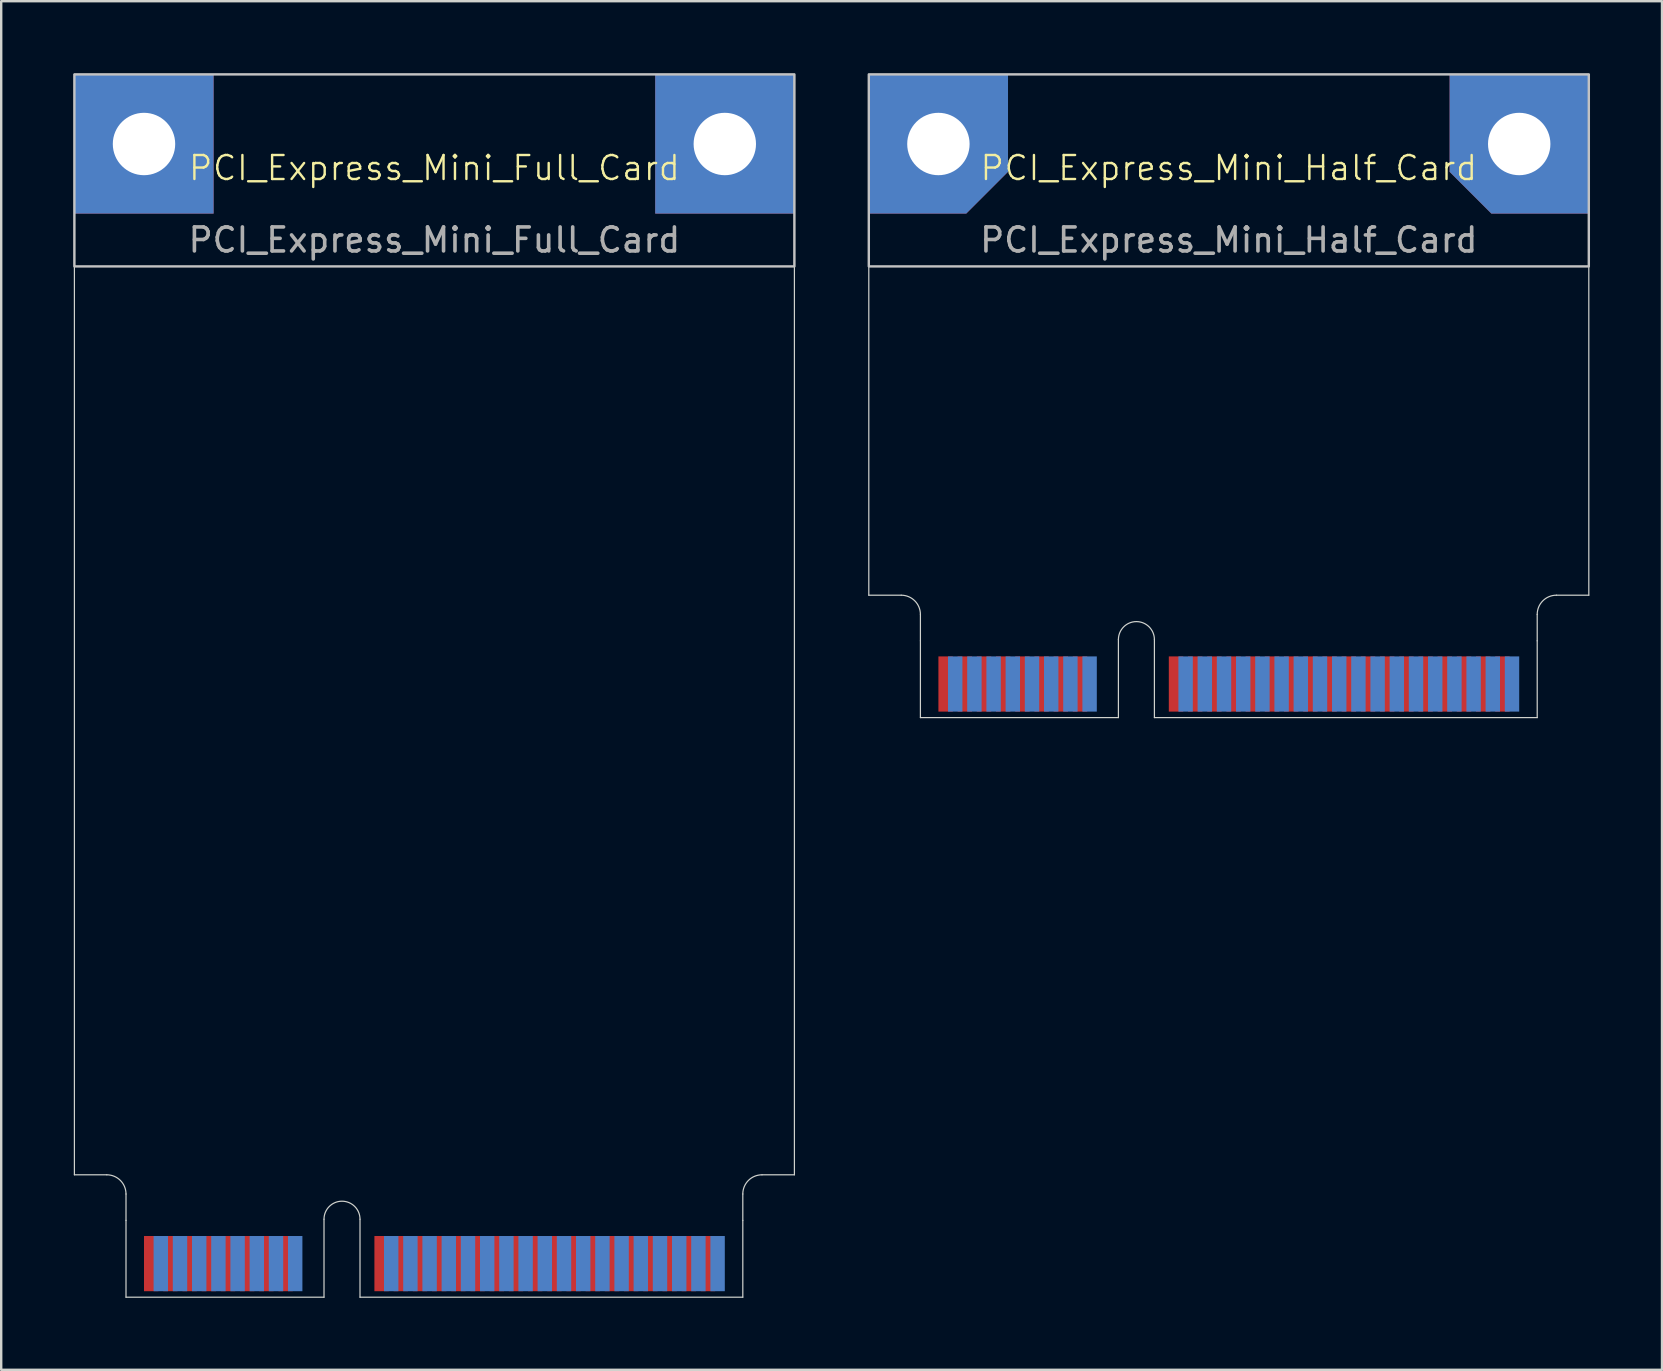
<source format=kicad_pcb>
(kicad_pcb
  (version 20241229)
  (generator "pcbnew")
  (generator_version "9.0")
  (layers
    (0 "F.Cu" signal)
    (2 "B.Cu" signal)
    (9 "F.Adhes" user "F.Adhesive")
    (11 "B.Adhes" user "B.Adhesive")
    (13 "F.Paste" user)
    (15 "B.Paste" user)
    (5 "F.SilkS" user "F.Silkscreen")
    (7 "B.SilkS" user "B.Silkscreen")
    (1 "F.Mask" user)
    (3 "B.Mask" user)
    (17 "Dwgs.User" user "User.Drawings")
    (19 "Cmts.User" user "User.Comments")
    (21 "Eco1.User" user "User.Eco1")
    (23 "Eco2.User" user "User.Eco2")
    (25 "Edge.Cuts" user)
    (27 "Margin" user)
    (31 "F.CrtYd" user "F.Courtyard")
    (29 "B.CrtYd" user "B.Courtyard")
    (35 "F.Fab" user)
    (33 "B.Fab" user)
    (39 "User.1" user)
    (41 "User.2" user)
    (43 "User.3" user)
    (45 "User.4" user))
  (footprint "PCI_Express_Mini_Full_Card"
    (layer "F.Cu")
    (at 15.05 4.45)
    (property "Reference" "PCI_Express_Mini_Full_Card" (at 0 -0.5 0) (unlocked yes) (layer "F.SilkS") (effects (font (size 1 1) (thickness 0.1))))
    (attr smd)
    (fp_rect (start -15 -4.4) (end 15 3.6) (stroke (width 0.1) (type default)) (fill no) (layer "Dwgs.User"))
    (fp_line (start -15 -4.4) (end -15 41.45) (stroke (width 0.05) (type default)) (layer "Edge.Cuts"))
    (fp_line (start -15 -4.4) (end 15 -4.4) (stroke (width 0.05) (type default)) (layer "Edge.Cuts"))
    (fp_line (start -15 41.45) (end -13.65 41.45) (stroke (width 0.05) (type default)) (layer "Edge.Cuts"))
    (fp_line (start -12.85 42.25) (end -12.85 43.35) (stroke (width 0.05) (type default)) (layer "Edge.Cuts"))
    (fp_line (start -12.85 46.55) (end -12.85 43.35) (stroke (width 0.05) (type default)) (layer "Edge.Cuts"))
    (fp_line (start -12.85 46.55) (end -4.6 46.55) (stroke (width 0.05) (type default)) (layer "Edge.Cuts"))
    (fp_line (start -4.6 46.55) (end -4.6 43.3) (stroke (width 0.05) (type default)) (layer "Edge.Cuts"))
    (fp_line (start -3.1 46.55) (end -3.1 43.3) (stroke (width 0.05) (type default)) (layer "Edge.Cuts"))
    (fp_line (start -3.1 46.55) (end 12.85 46.55) (stroke (width 0.05) (type default)) (layer "Edge.Cuts"))
    (fp_line (start 12.85 42.25) (end 12.85 43.35) (stroke (width 0.05) (type default)) (layer "Edge.Cuts"))
    (fp_line (start 12.85 46.55) (end 12.85 43.35) (stroke (width 0.05) (type default)) (layer "Edge.Cuts"))
    (fp_line (start 15 41.45) (end 13.65 41.45) (stroke (width 0.05) (type default)) (layer "Edge.Cuts"))
    (fp_line (start 15 41.45) (end 15 -4.4) (stroke (width 0.05) (type default)) (layer "Edge.Cuts"))
    (fp_arc (start -13.65 41.45) (mid -13.084315 41.684315) (end -12.85 42.25) (stroke (width 0.05) (type default)) (layer "Edge.Cuts"))
    (fp_arc (start -4.6 43.3) (mid -3.85 42.55) (end -3.1 43.3) (stroke (width 0.05) (type default)) (layer "Edge.Cuts"))
    (fp_arc (start 12.85 42.25) (mid 13.084315 41.684315) (end 13.65 41.45) (stroke (width 0.05) (type default)) (layer "Edge.Cuts"))
    (fp_text user "${REFERENCE}" (at 0 2.5 0) (unlocked yes) (layer "F.Fab") (effects (font (size 1 1) (thickness 0.15))))
    (pad "1" connect rect (at -11.8 45.15) (size 0.6 2.3) (layers "F.Cu" "F.Mask"))
    (pad "2" connect rect (at -11.4 45.15) (size 0.6 2.3) (layers "B.Cu" "B.Mask"))
    (pad "3" connect rect (at -11 45.15) (size 0.6 2.3) (layers "F.Cu" "F.Mask"))
    (pad "4" connect rect (at -10.6 45.15) (size 0.6 2.3) (layers "B.Cu" "B.Mask"))
    (pad "5" connect rect (at -10.2 45.15) (size 0.6 2.3) (layers "F.Cu" "F.Mask"))
    (pad "6" connect rect (at -9.8 45.15) (size 0.6 2.3) (layers "B.Cu" "B.Mask"))
    (pad "7" connect rect (at -9.4 45.15) (size 0.6 2.3) (layers "F.Cu" "F.Mask"))
    (pad "8" connect rect (at -9 45.15) (size 0.6 2.3) (layers "B.Cu" "B.Mask"))
    (pad "9" connect rect (at -8.6 45.15) (size 0.6 2.3) (layers "F.Cu" "F.Mask"))
    (pad "10" connect rect (at -8.2 45.15) (size 0.6 2.3) (layers "B.Cu" "B.Mask"))
    (pad "11" connect rect (at -7.8 45.15) (size 0.6 2.3) (layers "F.Cu" "F.Mask"))
    (pad "12" connect rect (at -7.4 45.15) (size 0.6 2.3) (layers "B.Cu" "B.Mask"))
    (pad "13" connect rect (at -7 45.15) (size 0.6 2.3) (layers "F.Cu" "F.Mask"))
    (pad "14" connect rect (at -6.6 45.15) (size 0.6 2.3) (layers "B.Cu" "B.Mask"))
    (pad "15" connect rect (at -6.2 45.15) (size 0.6 2.3) (layers "F.Cu" "F.Mask"))
    (pad "16" connect rect (at -5.8 45.15) (size 0.6 2.3) (layers "B.Cu" "B.Mask"))
    (pad "17" connect rect (at -2.2 45.15) (size 0.6 2.3) (layers "F.Cu" "F.Mask"))
    (pad "18" connect rect (at -1.8 45.15) (size 0.6 2.3) (layers "B.Cu" "B.Mask"))
    (pad "19" connect rect (at -1.4 45.15) (size 0.6 2.3) (layers "F.Cu" "F.Mask"))
    (pad "20" connect rect (at -1 45.15) (size 0.6 2.3) (layers "B.Cu" "B.Mask"))
    (pad "21" connect rect (at -0.6 45.15) (size 0.6 2.3) (layers "F.Cu" "F.Mask"))
    (pad "22" connect rect (at -0.2 45.15) (size 0.6 2.3) (layers "B.Cu" "B.Mask"))
    (pad "23" connect rect (at 0.2 45.15) (size 0.6 2.3) (layers "F.Cu" "F.Mask"))
    (pad "24" connect rect (at 0.6 45.15) (size 0.6 2.3) (layers "B.Cu" "B.Mask"))
    (pad "25" connect rect (at 1 45.15) (size 0.6 2.3) (layers "F.Cu" "F.Mask"))
    (pad "26" connect rect (at 1.4 45.15) (size 0.6 2.3) (layers "B.Cu" "B.Mask"))
    (pad "27" connect rect (at 1.8 45.15) (size 0.6 2.3) (layers "F.Cu" "F.Mask"))
    (pad "28" connect rect (at 2.2 45.15) (size 0.6 2.3) (layers "B.Cu" "B.Mask"))
    (pad "29" connect rect (at 2.6 45.15) (size 0.6 2.3) (layers "F.Cu" "F.Mask"))
    (pad "30" connect rect (at 3 45.15) (size 0.6 2.3) (layers "B.Cu" "B.Mask"))
    (pad "31" connect rect (at 3.4 45.15) (size 0.6 2.3) (layers "F.Cu" "F.Mask"))
    (pad "32" connect rect (at 3.8 45.15) (size 0.6 2.3) (layers "B.Cu" "B.Mask"))
    (pad "33" connect rect (at 4.2 45.15) (size 0.6 2.3) (layers "F.Cu" "F.Mask"))
    (pad "34" connect rect (at 4.6 45.15) (size 0.6 2.3) (layers "B.Cu" "B.Mask"))
    (pad "35" connect rect (at 5 45.15) (size 0.6 2.3) (layers "F.Cu" "F.Mask"))
    (pad "36" connect rect (at 5.4 45.15) (size 0.6 2.3) (layers "B.Cu" "B.Mask"))
    (pad "37" connect rect (at 5.8 45.15) (size 0.6 2.3) (layers "F.Cu" "F.Mask"))
    (pad "38" connect rect (at 6.2 45.15) (size 0.6 2.3) (layers "B.Cu" "B.Mask"))
    (pad "39" connect rect (at 6.6 45.15) (size 0.6 2.3) (layers "F.Cu" "F.Mask"))
    (pad "40" connect rect (at 7 45.15) (size 0.6 2.3) (layers "B.Cu" "B.Mask"))
    (pad "41" connect rect (at 7.4 45.15) (size 0.6 2.3) (layers "F.Cu" "F.Mask"))
    (pad "42" connect rect (at 7.8 45.15) (size 0.6 2.3) (layers "B.Cu" "B.Mask"))
    (pad "43" connect rect (at 8.2 45.15) (size 0.6 2.3) (layers "F.Cu" "F.Mask"))
    (pad "44" connect rect (at 8.6 45.15) (size 0.6 2.3) (layers "B.Cu" "B.Mask"))
    (pad "45" connect rect (at 9 45.15) (size 0.6 2.3) (layers "F.Cu" "F.Mask"))
    (pad "46" connect rect (at 9.4 45.15) (size 0.6 2.3) (layers "B.Cu" "B.Mask"))
    (pad "47" connect rect (at 9.8 45.15) (size 0.6 2.3) (layers "F.Cu" "F.Mask"))
    (pad "48" connect rect (at 10.2 45.15) (size 0.6 2.3) (layers "B.Cu" "B.Mask"))
    (pad "49" connect rect (at 10.6 45.15) (size 0.6 2.3) (layers "F.Cu" "F.Mask"))
    (pad "50" connect rect (at 11 45.15) (size 0.6 2.3) (layers "B.Cu" "B.Mask"))
    (pad "51" connect rect (at 11.4 45.15) (size 0.6 2.3) (layers "F.Cu" "F.Mask"))
    (pad "52" connect rect (at 11.8 45.15) (size 0.6 2.3) (layers "B.Cu" "B.Mask"))
    (pad "MP" thru_hole rect (at -12.1 -1.5) (size 5.8 5.8) (drill 2.6) (layers "*.Cu" "*.Mask"))
    (pad "MP" thru_hole rect (at 12.1 -1.5) (size 5.8 5.8) (drill 2.6) (layers "*.Cu" "*.Mask"))
    (zone (net_name "") (layer "F.Cu") (name "CONNECTOR") (hatch edge 0.5) (connect_pads) (min_thickness 0.25) (filled_areas_thickness no) (keepout (tracks allowed) (vias allowed) (pads allowed) (copperpour allowed) (footprints not_allowed)) (placement (enabled no)) (fill) (polygon (pts (xy 2.2 51) (xy 2.2 47.8) (xy 27.9 47.8) (xy 27.9 51))))
    (zone (net_name "") (layers "F.Cu" "B.Cu") (name "MOUNT") (hatch edge 0.5) (connect_pads) (min_thickness 0.25) (filled_areas_thickness no) (keepout (tracks not_allowed) (vias not_allowed) (pads not_allowed) (copperpour allowed) (footprints not_allowed)) (placement (enabled no)) (fill) (polygon (pts (xy 0.05 5.85) (xy 0.05 0.05) (xy 5.85 0.05) (xy 5.85 5.85))))
    (zone (net_name "") (layers "F.Cu" "B.Cu") (name "MOUNT") (hatch edge 0.5) (connect_pads) (min_thickness 0.25) (filled_areas_thickness no) (keepout (tracks not_allowed) (vias not_allowed) (pads not_allowed) (copperpour allowed) (footprints not_allowed)) (placement (enabled no)) (fill) (polygon (pts (xy 24.25 5.85) (xy 24.25 0.05) (xy 30.05 0.05) (xy 30.05 5.85))))
    (zone (net_name "") (layer "B.Cu") (name "CONNECTOR") (hatch edge 0.5) (connect_pads) (min_thickness 0.25) (filled_areas_thickness no) (keepout (tracks allowed) (vias allowed) (pads allowed) (copperpour allowed) (footprints not_allowed)) (placement (enabled no)) (fill) (polygon (pts (xy 2.2 51) (xy 2.2 45.9) (xy 27.9 45.9) (xy 27.9 51))))
    (zone (net_name "") (layer "B.Cu") (name "KEEPOUT") (hatch full 0.5) (connect_pads) (min_thickness 0.25) (filled_areas_thickness no) (keepout (tracks not_allowed) (vias not_allowed) (pads not_allowed) (copperpour allowed) (footprints not_allowed)) (placement (enabled no)) (fill) (polygon (pts (xy 0.05 14.75) (xy 0.05 20.55) (xy 5.85 20.55) (xy 5.85 16.45) (xy 4.15 14.75))))
    (zone (net_name "") (layer "B.Cu") (name "KEEPOUT") (hatch full 0.5) (connect_pads) (min_thickness 0.25) (filled_areas_thickness no) (keepout (tracks not_allowed) (vias not_allowed) (pads not_allowed) (copperpour allowed) (footprints not_allowed)) (placement (enabled no)) (fill) (polygon (pts (xy 5.85 24.2) (xy 0.05 24.2) (xy 0.05 30) (xy 4.15 30) (xy 5.85 28.3))))
    (zone (net_name "") (layer "B.Cu") (name "KEEPOUT") (hatch full 0.5) (connect_pads) (min_thickness 0.25) (filled_areas_thickness no) (keepout (tracks not_allowed) (vias not_allowed) (pads not_allowed) (copperpour allowed) (footprints not_allowed)) (placement (enabled no)) (fill) (polygon (pts (xy 24.25 20.55) (xy 30.05 20.55) (xy 30.05 14.75) (xy 25.95 14.75) (xy 24.25 16.45))))
    (zone (net_name "") (layer "B.Cu") (name "KEEPOUT") (hatch full 0.5) (connect_pads) (min_thickness 0.25) (filled_areas_thickness no) (keepout (tracks not_allowed) (vias not_allowed) (pads not_allowed) (copperpour allowed) (footprints not_allowed)) (placement (enabled no)) (fill) (polygon (pts (xy 30.05 30) (xy 30.05 24.2) (xy 24.25 24.2) (xy 24.25 28.3) (xy 25.95 30)))))
  (footprint "PCI_Express_Mini_Half_Card"
    (layer "F.Cu")
    (at 48.15 4.45)
    (property "Reference" "PCI_Express_Mini_Half_Card" (at 0 -0.5 0) (unlocked yes) (layer "F.SilkS") (effects (font (size 1 1) (thickness 0.1))))
    (attr smd)
    (fp_rect (start -15 -4.4) (end 15 3.6) (stroke (width 0.1) (type default)) (fill no) (layer "Dwgs.User"))
    (fp_line (start -15 -4.4) (end -15 17.3) (stroke (width 0.05) (type default)) (layer "Edge.Cuts"))
    (fp_line (start -15 -4.4) (end 15 -4.4) (stroke (width 0.05) (type default)) (layer "Edge.Cuts"))
    (fp_line (start -15 17.3) (end -13.65 17.3) (stroke (width 0.05) (type default)) (layer "Edge.Cuts"))
    (fp_line (start -12.85 18.1) (end -12.85 19.2) (stroke (width 0.05) (type default)) (layer "Edge.Cuts"))
    (fp_line (start -12.85 22.4) (end -12.85 19.2) (stroke (width 0.05) (type default)) (layer "Edge.Cuts"))
    (fp_line (start -12.85 22.4) (end -4.6 22.4) (stroke (width 0.05) (type default)) (layer "Edge.Cuts"))
    (fp_line (start -4.6 22.4) (end -4.6 19.15) (stroke (width 0.05) (type default)) (layer "Edge.Cuts"))
    (fp_line (start -3.1 22.4) (end -3.1 19.15) (stroke (width 0.05) (type default)) (layer "Edge.Cuts"))
    (fp_line (start -3.1 22.4) (end 12.85 22.4) (stroke (width 0.05) (type default)) (layer "Edge.Cuts"))
    (fp_line (start 12.85 18.1) (end 12.85 19.2) (stroke (width 0.05) (type default)) (layer "Edge.Cuts"))
    (fp_line (start 12.85 22.4) (end 12.85 19.2) (stroke (width 0.05) (type default)) (layer "Edge.Cuts"))
    (fp_line (start 15 -4.4) (end 15 17.3) (stroke (width 0.05) (type default)) (layer "Edge.Cuts"))
    (fp_line (start 15 17.3) (end 13.65 17.3) (stroke (width 0.05) (type default)) (layer "Edge.Cuts"))
    (fp_arc (start -13.65 17.3) (mid -13.084315 17.534315) (end -12.85 18.1) (stroke (width 0.05) (type default)) (layer "Edge.Cuts"))
    (fp_arc (start -4.6 19.15) (mid -3.85 18.4) (end -3.1 19.15) (stroke (width 0.05) (type default)) (layer "Edge.Cuts"))
    (fp_arc (start 12.85 18.1) (mid 13.084315 17.534315) (end 13.65 17.3) (stroke (width 0.05) (type default)) (layer "Edge.Cuts"))
    (fp_text user "${REFERENCE}" (at 0 2.5 0) (unlocked yes) (layer "F.Fab") (effects (font (size 1 1) (thickness 0.15))))
    (pad "1" connect rect (at -11.8 21) (size 0.6 2.3) (layers "F.Cu" "F.Mask"))
    (pad "2" connect rect (at -11.4 21) (size 0.6 2.3) (layers "B.Cu" "B.Mask"))
    (pad "3" connect rect (at -11 21) (size 0.6 2.3) (layers "F.Cu" "F.Mask"))
    (pad "4" connect rect (at -10.6 21) (size 0.6 2.3) (layers "B.Cu" "B.Mask"))
    (pad "5" connect rect (at -10.2 21) (size 0.6 2.3) (layers "F.Cu" "F.Mask"))
    (pad "6" connect rect (at -9.8 21) (size 0.6 2.3) (layers "B.Cu" "B.Mask"))
    (pad "7" connect rect (at -9.4 21) (size 0.6 2.3) (layers "F.Cu" "F.Mask"))
    (pad "8" connect rect (at -9 21) (size 0.6 2.3) (layers "B.Cu" "B.Mask"))
    (pad "9" connect rect (at -8.6 21) (size 0.6 2.3) (layers "F.Cu" "F.Mask"))
    (pad "10" connect rect (at -8.2 21) (size 0.6 2.3) (layers "B.Cu" "B.Mask"))
    (pad "11" connect rect (at -7.8 21) (size 0.6 2.3) (layers "F.Cu" "F.Mask"))
    (pad "12" connect rect (at -7.4 21) (size 0.6 2.3) (layers "B.Cu" "B.Mask"))
    (pad "13" connect rect (at -7 21) (size 0.6 2.3) (layers "F.Cu" "F.Mask"))
    (pad "14" connect rect (at -6.6 21) (size 0.6 2.3) (layers "B.Cu" "B.Mask"))
    (pad "15" connect rect (at -6.2 21) (size 0.6 2.3) (layers "F.Cu" "F.Mask"))
    (pad "16" connect rect (at -5.8 21) (size 0.6 2.3) (layers "B.Cu" "B.Mask"))
    (pad "17" connect rect (at -2.2 21) (size 0.6 2.3) (layers "F.Cu" "F.Mask"))
    (pad "18" connect rect (at -1.8 21) (size 0.6 2.3) (layers "B.Cu" "B.Mask"))
    (pad "19" connect rect (at -1.4 21) (size 0.6 2.3) (layers "F.Cu" "F.Mask"))
    (pad "20" connect rect (at -1 21) (size 0.6 2.3) (layers "B.Cu" "B.Mask"))
    (pad "21" connect rect (at -0.6 21) (size 0.6 2.3) (layers "F.Cu" "F.Mask"))
    (pad "22" connect rect (at -0.2 21) (size 0.6 2.3) (layers "B.Cu" "B.Mask"))
    (pad "23" connect rect (at 0.2 21) (size 0.6 2.3) (layers "F.Cu" "F.Mask"))
    (pad "24" connect rect (at 0.6 21) (size 0.6 2.3) (layers "B.Cu" "B.Mask"))
    (pad "25" connect rect (at 1 21) (size 0.6 2.3) (layers "F.Cu" "F.Mask"))
    (pad "26" connect rect (at 1.4 21) (size 0.6 2.3) (layers "B.Cu" "B.Mask"))
    (pad "27" connect rect (at 1.8 21) (size 0.6 2.3) (layers "F.Cu" "F.Mask"))
    (pad "28" connect rect (at 2.2 21) (size 0.6 2.3) (layers "B.Cu" "B.Mask"))
    (pad "29" connect rect (at 2.6 21) (size 0.6 2.3) (layers "F.Cu" "F.Mask"))
    (pad "30" connect rect (at 3 21) (size 0.6 2.3) (layers "B.Cu" "B.Mask"))
    (pad "31" connect rect (at 3.4 21) (size 0.6 2.3) (layers "F.Cu" "F.Mask"))
    (pad "32" connect rect (at 3.8 21) (size 0.6 2.3) (layers "B.Cu" "B.Mask"))
    (pad "33" connect rect (at 4.2 21) (size 0.6 2.3) (layers "F.Cu" "F.Mask"))
    (pad "34" connect rect (at 4.6 21) (size 0.6 2.3) (layers "B.Cu" "B.Mask"))
    (pad "35" connect rect (at 5 21) (size 0.6 2.3) (layers "F.Cu" "F.Mask"))
    (pad "36" connect rect (at 5.4 21) (size 0.6 2.3) (layers "B.Cu" "B.Mask"))
    (pad "37" connect rect (at 5.8 21) (size 0.6 2.3) (layers "F.Cu" "F.Mask"))
    (pad "38" connect rect (at 6.2 21) (size 0.6 2.3) (layers "B.Cu" "B.Mask"))
    (pad "39" connect rect (at 6.6 21) (size 0.6 2.3) (layers "F.Cu" "F.Mask"))
    (pad "40" connect rect (at 7 21) (size 0.6 2.3) (layers "B.Cu" "B.Mask"))
    (pad "41" connect rect (at 7.4 21) (size 0.6 2.3) (layers "F.Cu" "F.Mask"))
    (pad "42" connect rect (at 7.8 21) (size 0.6 2.3) (layers "B.Cu" "B.Mask"))
    (pad "43" connect rect (at 8.2 21) (size 0.6 2.3) (layers "F.Cu" "F.Mask"))
    (pad "44" connect rect (at 8.6 21) (size 0.6 2.3) (layers "B.Cu" "B.Mask"))
    (pad "45" connect rect (at 9 21) (size 0.6 2.3) (layers "F.Cu" "F.Mask"))
    (pad "46" connect rect (at 9.4 21) (size 0.6 2.3) (layers "B.Cu" "B.Mask"))
    (pad "47" connect rect (at 9.8 21) (size 0.6 2.3) (layers "F.Cu" "F.Mask"))
    (pad "48" connect rect (at 10.2 21) (size 0.6 2.3) (layers "B.Cu" "B.Mask"))
    (pad "49" connect rect (at 10.6 21) (size 0.6 2.3) (layers "F.Cu" "F.Mask"))
    (pad "50" connect rect (at 11 21) (size 0.6 2.3) (layers "B.Cu" "B.Mask"))
    (pad "51" connect rect (at 11.4 21) (size 0.6 2.3) (layers "F.Cu" "F.Mask"))
    (pad "52" connect rect (at 11.8 21) (size 0.6 2.3) (layers "B.Cu" "B.Mask"))
    (pad "MP" thru_hole roundrect (at -12.1 -1.5) (size 5.8 5.8) (drill 2.6) (layers "*.Cu" "*.Mask") (roundrect_rratio 0) (chamfer_ratio 0.3) (chamfer bottom_right))
    (pad "MP" thru_hole roundrect (at 12.1 -1.5) (size 5.8 5.8) (drill 2.6) (layers "*.Cu" "*.Mask") (roundrect_rratio 0) (chamfer_ratio 0.3) (chamfer bottom_left))
    (zone (net_name "") (layer "F.Cu") (name "CONNECTOR") (hatch edge 0.5) (connect_pads) (min_thickness 0.25) (filled_areas_thickness no) (keepout (tracks allowed) (vias allowed) (pads allowed) (copperpour allowed) (footprints not_allowed)) (placement (enabled no)) (fill) (polygon (pts (xy 35.3 26.85) (xy 35.3 23.65) (xy 61 23.65) (xy 61 26.85))))
    (zone (net_name "") (layers "F.Cu" "B.Cu") (name "MOUNT") (hatch full 0.5) (connect_pads) (min_thickness 0.25) (filled_areas_thickness no) (keepout (tracks not_allowed) (vias not_allowed) (pads not_allowed) (copperpour allowed) (footprints not_allowed)) (placement (enabled no)) (fill) (polygon (pts (xy 63.15 0.05) (xy 63.15 5.85) (xy 59.05 5.85) (xy 57.35 4.15) (xy 57.35 0.05))))
    (zone (net_name "") (layers "F.Cu" "B.Cu") (name "MOUNT") (hatch full 0.5) (connect_pads) (min_thickness 0.25) (filled_areas_thickness no) (keepout (tracks not_allowed) (vias not_allowed) (pads not_allowed) (copperpour allowed) (footprints not_allowed)) (placement (enabled no)) (fill) (polygon (pts (xy 33.15 0.05) (xy 33.15 5.85) (xy 37.25 5.85) (xy 38.95 4.15) (xy 38.95 0.05))))
    (zone (net_name "") (layer "B.Cu") (name "CONNECTOR") (hatch edge 0.5) (connect_pads) (min_thickness 0.25) (filled_areas_thickness no) (keepout (tracks allowed) (vias allowed) (pads allowed) (copperpour allowed) (footprints not_allowed)) (placement (enabled no)) (fill) (polygon (pts (xy 35.3 26.85) (xy 35.3 21.75) (xy 61 21.75) (xy 61 26.85))))
    (zone (net_name "") (layer "B.Cu") (name "KEEPOUT") (hatch full 0.5) (connect_pads) (min_thickness 0.25) (filled_areas_thickness no) (keepout (tracks not_allowed) (vias not_allowed) (pads not_allowed) (copperpour allowed) (footprints not_allowed)) (placement (enabled no)) (fill) (polygon (pts (xy 33.15 14.75) (xy 33.15 20.55) (xy 37.25 20.55) (xy 38.95 18.85) (xy 38.95 16.45) (xy 37.25 14.75))))
    (zone (net_name "") (layer "B.Cu") (name "KEEPOUT") (hatch full 0.5) (connect_pads) (min_thickness 0.25) (filled_areas_thickness no) (keepout (tracks not_allowed) (vias not_allowed) (pads not_allowed) (copperpour allowed) (footprints not_allowed)) (placement (enabled no)) (fill) (polygon (pts (xy 63.15 14.75) (xy 63.15 20.55) (xy 59.05 20.55) (xy 57.35 18.85) (xy 57.35 16.45) (xy 59.05 14.75)))))
  (gr_rect
    (start -3 -3)
    (end 66.2 54.025)
    (stroke (width 0.1) (type default))
    (fill no)
    (layer "Edge.Cuts")))
</source>
